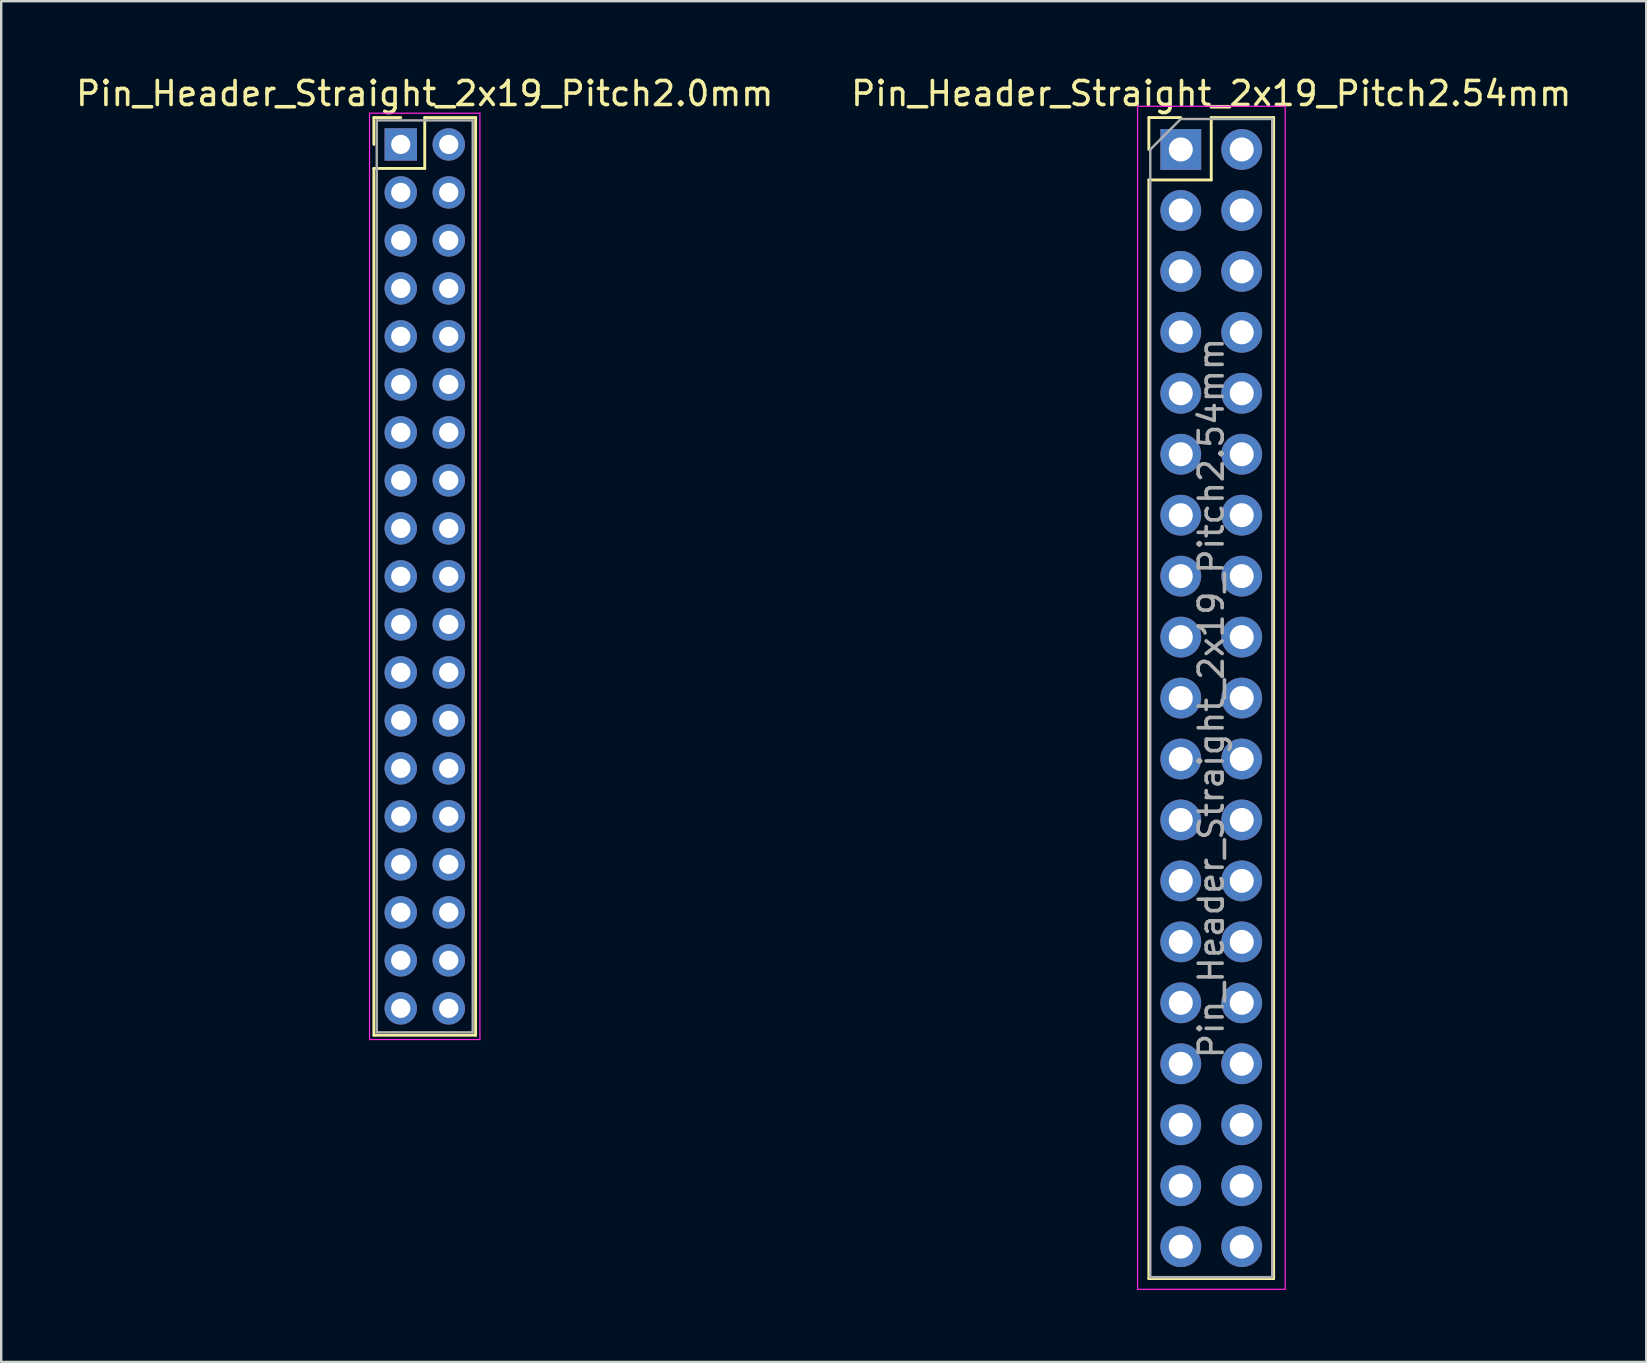
<source format=kicad_pcb>
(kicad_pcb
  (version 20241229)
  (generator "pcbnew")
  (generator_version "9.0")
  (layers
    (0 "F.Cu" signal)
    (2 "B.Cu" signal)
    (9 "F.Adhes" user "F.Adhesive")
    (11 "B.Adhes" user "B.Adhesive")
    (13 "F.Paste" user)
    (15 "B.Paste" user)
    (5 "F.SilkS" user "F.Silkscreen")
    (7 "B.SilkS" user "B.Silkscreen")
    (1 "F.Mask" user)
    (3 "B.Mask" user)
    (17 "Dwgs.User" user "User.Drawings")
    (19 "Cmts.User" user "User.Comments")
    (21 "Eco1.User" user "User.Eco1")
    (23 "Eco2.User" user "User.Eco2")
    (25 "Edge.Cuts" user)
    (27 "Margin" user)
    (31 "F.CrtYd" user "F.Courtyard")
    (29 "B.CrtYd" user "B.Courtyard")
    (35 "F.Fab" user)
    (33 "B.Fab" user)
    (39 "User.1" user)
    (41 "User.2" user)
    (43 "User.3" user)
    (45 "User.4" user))
  (footprint "Pin_Header_Straight_2x19_Pitch2.0mm"
    (layer "F.Cu")
    (at 13.649 2.968)
    (property "Reference" "Pin_Header_Straight_2x19_Pitch2.0mm" (at 1 -2.12 0) (layer "F.SilkS") (effects (font (size 1 1) (thickness 0.15))))
    (attr through_hole)
    (fp_line (start -1.12 -1.12) (end 0 -1.12) (stroke (width 0.12) (type solid)) (layer "F.SilkS"))
    (fp_line (start -1.12 0) (end -1.12 -1.12) (stroke (width 0.12) (type solid)) (layer "F.SilkS"))
    (fp_line (start -1.12 1) (end -1.12 37.12) (stroke (width 0.12) (type solid)) (layer "F.SilkS"))
    (fp_line (start -1.12 37.12) (end 3.12 37.12) (stroke (width 0.12) (type solid)) (layer "F.SilkS"))
    (fp_line (start 1 -1.12) (end 1 1) (stroke (width 0.12) (type solid)) (layer "F.SilkS"))
    (fp_line (start 1 1) (end -1.12 1) (stroke (width 0.12) (type solid)) (layer "F.SilkS"))
    (fp_line (start 3.12 -1.12) (end 1 -1.12) (stroke (width 0.12) (type solid)) (layer "F.SilkS"))
    (fp_line (start 3.12 37.12) (end 3.12 -1.12) (stroke (width 0.12) (type solid)) (layer "F.SilkS"))
    (fp_line (start -1.3 -1.3) (end -1.3 37.3) (stroke (width 0.05) (type solid)) (layer "F.CrtYd"))
    (fp_line (start -1.3 37.3) (end 3.3 37.3) (stroke (width 0.05) (type solid)) (layer "F.CrtYd"))
    (fp_line (start 3.3 -1.3) (end -1.3 -1.3) (stroke (width 0.05) (type solid)) (layer "F.CrtYd"))
    (fp_line (start 3.3 37.3) (end 3.3 -1.3) (stroke (width 0.05) (type solid)) (layer "F.CrtYd"))
    (fp_line (start -1 -1) (end -1 37) (stroke (width 0.1) (type solid)) (layer "F.Fab"))
    (fp_line (start -1 37) (end 3 37) (stroke (width 0.1) (type solid)) (layer "F.Fab"))
    (fp_line (start 3 -1) (end -1 -1) (stroke (width 0.1) (type solid)) (layer "F.Fab"))
    (fp_line (start 3 37) (end 3 -1) (stroke (width 0.1) (type solid)) (layer "F.Fab"))
    (pad "1" thru_hole rect (at 0 0) (size 1.35 1.35) (drill 0.8) (layers "*.Cu" "*.Mask"))
    (pad "2" thru_hole oval (at 2 0) (size 1.35 1.35) (drill 0.8) (layers "*.Cu" "*.Mask"))
    (pad "3" thru_hole oval (at 0 2) (size 1.35 1.35) (drill 0.8) (layers "*.Cu" "*.Mask"))
    (pad "4" thru_hole oval (at 2 2) (size 1.35 1.35) (drill 0.8) (layers "*.Cu" "*.Mask"))
    (pad "5" thru_hole oval (at 0 4) (size 1.35 1.35) (drill 0.8) (layers "*.Cu" "*.Mask"))
    (pad "6" thru_hole oval (at 2 4) (size 1.35 1.35) (drill 0.8) (layers "*.Cu" "*.Mask"))
    (pad "7" thru_hole oval (at 0 6) (size 1.35 1.35) (drill 0.8) (layers "*.Cu" "*.Mask"))
    (pad "8" thru_hole oval (at 2 6) (size 1.35 1.35) (drill 0.8) (layers "*.Cu" "*.Mask"))
    (pad "9" thru_hole oval (at 0 8) (size 1.35 1.35) (drill 0.8) (layers "*.Cu" "*.Mask"))
    (pad "10" thru_hole oval (at 2 8) (size 1.35 1.35) (drill 0.8) (layers "*.Cu" "*.Mask"))
    (pad "11" thru_hole oval (at 0 10) (size 1.35 1.35) (drill 0.8) (layers "*.Cu" "*.Mask"))
    (pad "12" thru_hole oval (at 2 10) (size 1.35 1.35) (drill 0.8) (layers "*.Cu" "*.Mask"))
    (pad "13" thru_hole oval (at 0 12) (size 1.35 1.35) (drill 0.8) (layers "*.Cu" "*.Mask"))
    (pad "14" thru_hole oval (at 2 12) (size 1.35 1.35) (drill 0.8) (layers "*.Cu" "*.Mask"))
    (pad "15" thru_hole oval (at 0 14) (size 1.35 1.35) (drill 0.8) (layers "*.Cu" "*.Mask"))
    (pad "16" thru_hole oval (at 2 14) (size 1.35 1.35) (drill 0.8) (layers "*.Cu" "*.Mask"))
    (pad "17" thru_hole oval (at 0 16) (size 1.35 1.35) (drill 0.8) (layers "*.Cu" "*.Mask"))
    (pad "18" thru_hole oval (at 2 16) (size 1.35 1.35) (drill 0.8) (layers "*.Cu" "*.Mask"))
    (pad "19" thru_hole oval (at 0 18) (size 1.35 1.35) (drill 0.8) (layers "*.Cu" "*.Mask"))
    (pad "20" thru_hole oval (at 2 18) (size 1.35 1.35) (drill 0.8) (layers "*.Cu" "*.Mask"))
    (pad "21" thru_hole oval (at 0 20) (size 1.35 1.35) (drill 0.8) (layers "*.Cu" "*.Mask"))
    (pad "22" thru_hole oval (at 2 20) (size 1.35 1.35) (drill 0.8) (layers "*.Cu" "*.Mask"))
    (pad "23" thru_hole oval (at 0 22) (size 1.35 1.35) (drill 0.8) (layers "*.Cu" "*.Mask"))
    (pad "24" thru_hole oval (at 2 22) (size 1.35 1.35) (drill 0.8) (layers "*.Cu" "*.Mask"))
    (pad "25" thru_hole oval (at 0 24) (size 1.35 1.35) (drill 0.8) (layers "*.Cu" "*.Mask"))
    (pad "26" thru_hole oval (at 2 24) (size 1.35 1.35) (drill 0.8) (layers "*.Cu" "*.Mask"))
    (pad "27" thru_hole oval (at 0 26) (size 1.35 1.35) (drill 0.8) (layers "*.Cu" "*.Mask"))
    (pad "28" thru_hole oval (at 2 26) (size 1.35 1.35) (drill 0.8) (layers "*.Cu" "*.Mask"))
    (pad "29" thru_hole oval (at 0 28) (size 1.35 1.35) (drill 0.8) (layers "*.Cu" "*.Mask"))
    (pad "30" thru_hole oval (at 2 28) (size 1.35 1.35) (drill 0.8) (layers "*.Cu" "*.Mask"))
    (pad "31" thru_hole oval (at 0 30) (size 1.35 1.35) (drill 0.8) (layers "*.Cu" "*.Mask"))
    (pad "32" thru_hole oval (at 2 30) (size 1.35 1.35) (drill 0.8) (layers "*.Cu" "*.Mask"))
    (pad "33" thru_hole oval (at 0 32) (size 1.35 1.35) (drill 0.8) (layers "*.Cu" "*.Mask"))
    (pad "34" thru_hole oval (at 2 32) (size 1.35 1.35) (drill 0.8) (layers "*.Cu" "*.Mask"))
    (pad "35" thru_hole oval (at 0 34) (size 1.35 1.35) (drill 0.8) (layers "*.Cu" "*.Mask"))
    (pad "36" thru_hole oval (at 2 34) (size 1.35 1.35) (drill 0.8) (layers "*.Cu" "*.Mask"))
    (pad "37" thru_hole oval (at 0 36) (size 1.35 1.35) (drill 0.8) (layers "*.Cu" "*.Mask"))
    (pad "38" thru_hole oval (at 2 36) (size 1.35 1.35) (drill 0.8) (layers "*.Cu" "*.Mask")))
  (footprint "Pin_Header_Straight_2x19_Pitch2.54mm"
    (layer "F.Cu")
    (at 46.153 3.178)
    (property "Reference" "Pin_Header_Straight_2x19_Pitch2.54mm" (at 1.27 -2.33 0) (layer "F.SilkS") (effects (font (size 1 1) (thickness 0.15))))
    (attr through_hole)
    (fp_line (start -1.33 -1.33) (end 0 -1.33) (stroke (width 0.12) (type solid)) (layer "F.SilkS"))
    (fp_line (start -1.33 0) (end -1.33 -1.33) (stroke (width 0.12) (type solid)) (layer "F.SilkS"))
    (fp_line (start -1.33 1.27) (end -1.33 47.05) (stroke (width 0.12) (type solid)) (layer "F.SilkS"))
    (fp_line (start -1.33 47.05) (end 3.87 47.05) (stroke (width 0.12) (type solid)) (layer "F.SilkS"))
    (fp_line (start 1.27 -1.33) (end 1.27 1.27) (stroke (width 0.12) (type solid)) (layer "F.SilkS"))
    (fp_line (start 1.27 1.27) (end -1.33 1.27) (stroke (width 0.12) (type solid)) (layer "F.SilkS"))
    (fp_line (start 3.87 -1.33) (end 1.27 -1.33) (stroke (width 0.12) (type solid)) (layer "F.SilkS"))
    (fp_line (start 3.87 47.05) (end 3.87 -1.33) (stroke (width 0.12) (type solid)) (layer "F.SilkS"))
    (fp_line (start -1.8 -1.8) (end -1.8 47.5) (stroke (width 0.05) (type solid)) (layer "F.CrtYd"))
    (fp_line (start -1.8 47.5) (end 4.35 47.5) (stroke (width 0.05) (type solid)) (layer "F.CrtYd"))
    (fp_line (start 4.35 -1.8) (end -1.8 -1.8) (stroke (width 0.05) (type solid)) (layer "F.CrtYd"))
    (fp_line (start 4.35 47.5) (end 4.35 -1.8) (stroke (width 0.05) (type solid)) (layer "F.CrtYd"))
    (fp_line (start -1.27 0) (end 0 -1.27) (stroke (width 0.1) (type solid)) (layer "F.Fab"))
    (fp_line (start -1.27 46.99) (end -1.27 0) (stroke (width 0.1) (type solid)) (layer "F.Fab"))
    (fp_line (start 0 -1.27) (end 3.81 -1.27) (stroke (width 0.1) (type solid)) (layer "F.Fab"))
    (fp_line (start 3.81 -1.27) (end 3.81 46.99) (stroke (width 0.1) (type solid)) (layer "F.Fab"))
    (fp_line (start 3.81 46.99) (end -1.27 46.99) (stroke (width 0.1) (type solid)) (layer "F.Fab"))
    (fp_text user "${REFERENCE}" (at 1.27 22.86 90) (layer "F.Fab") (effects (font (size 1 1) (thickness 0.15))))
    (pad "1" thru_hole rect (at 0 0) (size 1.7 1.7) (drill 1) (layers "*.Cu" "*.Mask"))
    (pad "2" thru_hole oval (at 2.54 0) (size 1.7 1.7) (drill 1) (layers "*.Cu" "*.Mask"))
    (pad "3" thru_hole oval (at 0 2.54) (size 1.7 1.7) (drill 1) (layers "*.Cu" "*.Mask"))
    (pad "4" thru_hole oval (at 2.54 2.54) (size 1.7 1.7) (drill 1) (layers "*.Cu" "*.Mask"))
    (pad "5" thru_hole oval (at 0 5.08) (size 1.7 1.7) (drill 1) (layers "*.Cu" "*.Mask"))
    (pad "6" thru_hole oval (at 2.54 5.08) (size 1.7 1.7) (drill 1) (layers "*.Cu" "*.Mask"))
    (pad "7" thru_hole oval (at 0 7.62) (size 1.7 1.7) (drill 1) (layers "*.Cu" "*.Mask"))
    (pad "8" thru_hole oval (at 2.54 7.62) (size 1.7 1.7) (drill 1) (layers "*.Cu" "*.Mask"))
    (pad "9" thru_hole oval (at 0 10.16) (size 1.7 1.7) (drill 1) (layers "*.Cu" "*.Mask"))
    (pad "10" thru_hole oval (at 2.54 10.16) (size 1.7 1.7) (drill 1) (layers "*.Cu" "*.Mask"))
    (pad "11" thru_hole oval (at 0 12.7) (size 1.7 1.7) (drill 1) (layers "*.Cu" "*.Mask"))
    (pad "12" thru_hole oval (at 2.54 12.7) (size 1.7 1.7) (drill 1) (layers "*.Cu" "*.Mask"))
    (pad "13" thru_hole oval (at 0 15.24) (size 1.7 1.7) (drill 1) (layers "*.Cu" "*.Mask"))
    (pad "14" thru_hole oval (at 2.54 15.24) (size 1.7 1.7) (drill 1) (layers "*.Cu" "*.Mask"))
    (pad "15" thru_hole oval (at 0 17.78) (size 1.7 1.7) (drill 1) (layers "*.Cu" "*.Mask"))
    (pad "16" thru_hole oval (at 2.54 17.78) (size 1.7 1.7) (drill 1) (layers "*.Cu" "*.Mask"))
    (pad "17" thru_hole oval (at 0 20.32) (size 1.7 1.7) (drill 1) (layers "*.Cu" "*.Mask"))
    (pad "18" thru_hole oval (at 2.54 20.32) (size 1.7 1.7) (drill 1) (layers "*.Cu" "*.Mask"))
    (pad "19" thru_hole oval (at 0 22.86) (size 1.7 1.7) (drill 1) (layers "*.Cu" "*.Mask"))
    (pad "20" thru_hole oval (at 2.54 22.86) (size 1.7 1.7) (drill 1) (layers "*.Cu" "*.Mask"))
    (pad "21" thru_hole oval (at 0 25.4) (size 1.7 1.7) (drill 1) (layers "*.Cu" "*.Mask"))
    (pad "22" thru_hole oval (at 2.54 25.4) (size 1.7 1.7) (drill 1) (layers "*.Cu" "*.Mask"))
    (pad "23" thru_hole oval (at 0 27.94) (size 1.7 1.7) (drill 1) (layers "*.Cu" "*.Mask"))
    (pad "24" thru_hole oval (at 2.54 27.94) (size 1.7 1.7) (drill 1) (layers "*.Cu" "*.Mask"))
    (pad "25" thru_hole oval (at 0 30.48) (size 1.7 1.7) (drill 1) (layers "*.Cu" "*.Mask"))
    (pad "26" thru_hole oval (at 2.54 30.48) (size 1.7 1.7) (drill 1) (layers "*.Cu" "*.Mask"))
    (pad "27" thru_hole oval (at 0 33.02) (size 1.7 1.7) (drill 1) (layers "*.Cu" "*.Mask"))
    (pad "28" thru_hole oval (at 2.54 33.02) (size 1.7 1.7) (drill 1) (layers "*.Cu" "*.Mask"))
    (pad "29" thru_hole oval (at 0 35.56) (size 1.7 1.7) (drill 1) (layers "*.Cu" "*.Mask"))
    (pad "30" thru_hole oval (at 2.54 35.56) (size 1.7 1.7) (drill 1) (layers "*.Cu" "*.Mask"))
    (pad "31" thru_hole oval (at 0 38.1) (size 1.7 1.7) (drill 1) (layers "*.Cu" "*.Mask"))
    (pad "32" thru_hole oval (at 2.54 38.1) (size 1.7 1.7) (drill 1) (layers "*.Cu" "*.Mask"))
    (pad "33" thru_hole oval (at 0 40.64) (size 1.7 1.7) (drill 1) (layers "*.Cu" "*.Mask"))
    (pad "34" thru_hole oval (at 2.54 40.64) (size 1.7 1.7) (drill 1) (layers "*.Cu" "*.Mask"))
    (pad "35" thru_hole oval (at 0 43.18) (size 1.7 1.7) (drill 1) (layers "*.Cu" "*.Mask"))
    (pad "36" thru_hole oval (at 2.54 43.18) (size 1.7 1.7) (drill 1) (layers "*.Cu" "*.Mask"))
    (pad "37" thru_hole oval (at 0 45.72) (size 1.7 1.7) (drill 1) (layers "*.Cu" "*.Mask"))
    (pad "38" thru_hole oval (at 2.54 45.72) (size 1.7 1.7) (drill 1) (layers "*.Cu" "*.Mask")))
  (gr_rect
    (start -3 -3)
    (end 65.548 53.703)
    (stroke (width 0.1) (type default))
    (fill no)
    (layer "Edge.Cuts")))
</source>
